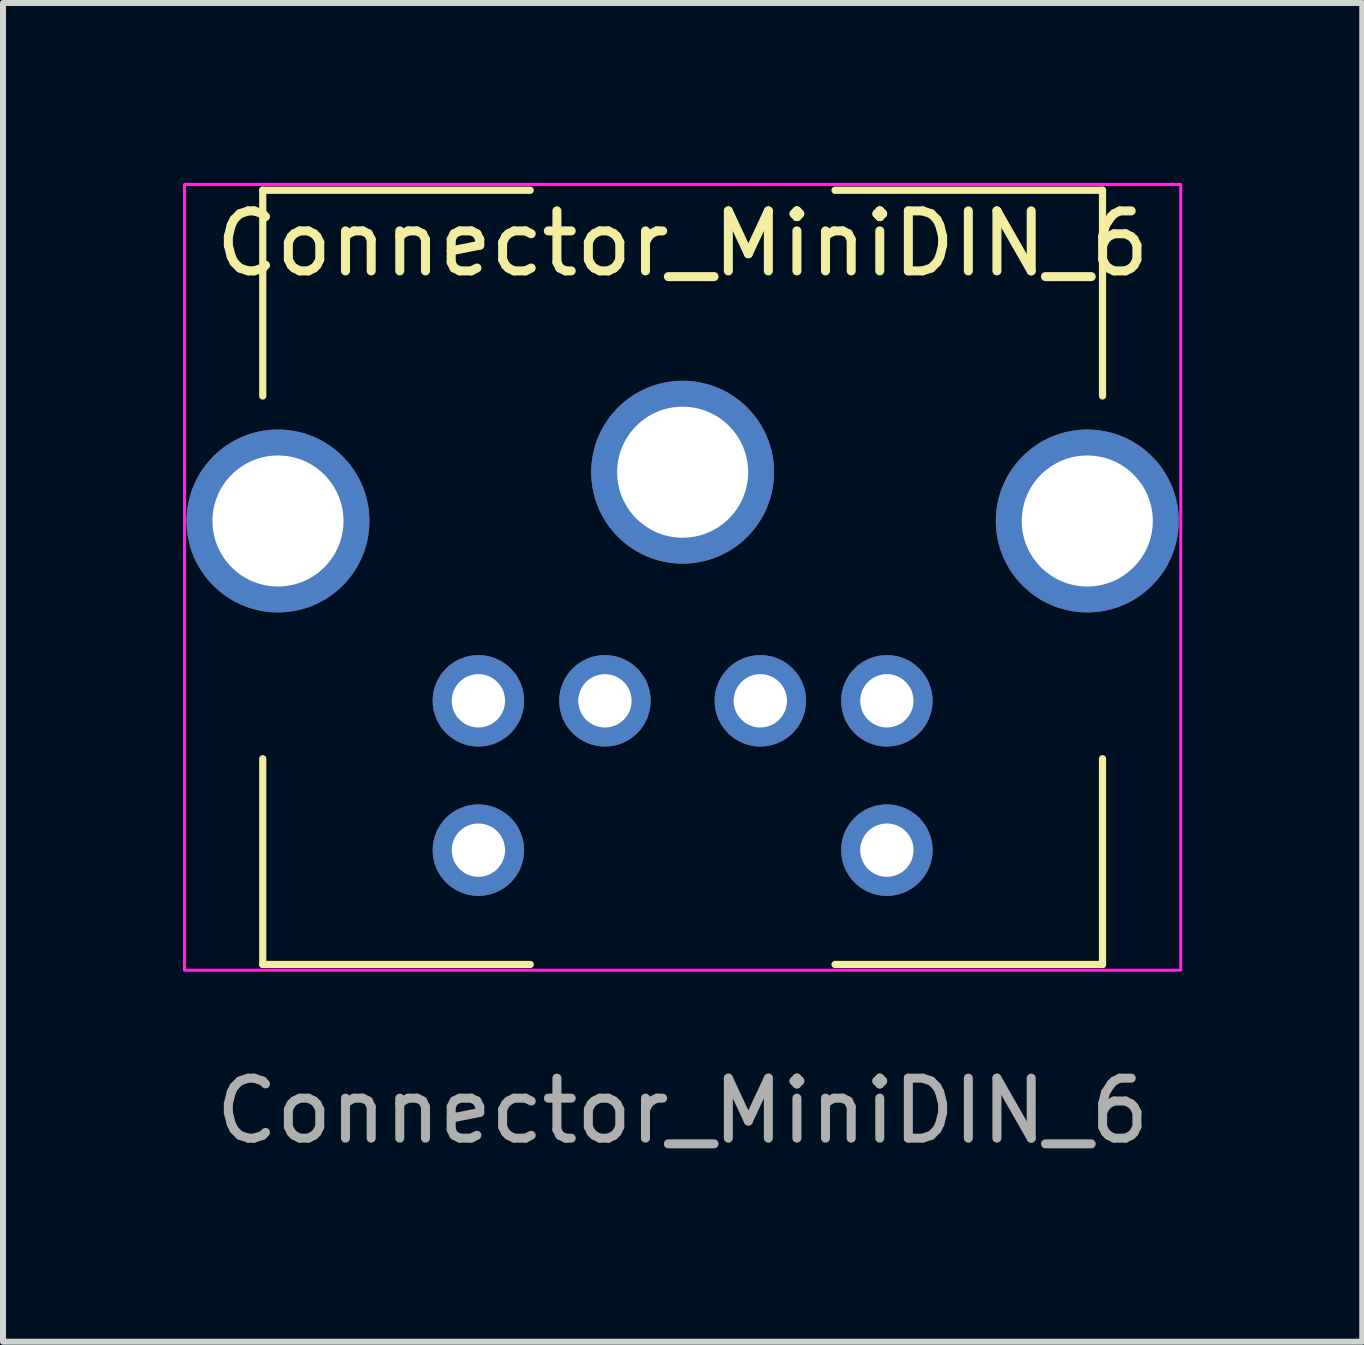
<source format=kicad_pcb>
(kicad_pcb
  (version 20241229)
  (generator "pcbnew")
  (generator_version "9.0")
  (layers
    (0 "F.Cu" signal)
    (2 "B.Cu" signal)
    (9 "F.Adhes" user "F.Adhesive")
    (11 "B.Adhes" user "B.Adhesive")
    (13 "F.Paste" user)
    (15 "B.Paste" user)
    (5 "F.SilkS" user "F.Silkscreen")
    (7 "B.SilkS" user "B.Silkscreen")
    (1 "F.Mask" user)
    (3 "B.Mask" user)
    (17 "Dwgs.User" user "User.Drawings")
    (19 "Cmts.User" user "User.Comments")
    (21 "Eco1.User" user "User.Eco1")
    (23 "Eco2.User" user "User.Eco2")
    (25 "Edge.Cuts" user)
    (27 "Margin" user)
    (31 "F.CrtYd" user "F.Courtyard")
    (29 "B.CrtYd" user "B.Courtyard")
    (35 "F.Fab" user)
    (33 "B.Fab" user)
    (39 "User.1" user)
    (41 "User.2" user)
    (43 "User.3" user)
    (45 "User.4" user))
  (footprint "Connector_MiniDIN_6"
    (layer "F.Cu")
    (at 8.327 4.82)
    (property "Reference" "Connector_MiniDIN_6" (at 0 -3.81 0) (unlocked yes) (layer "F.SilkS") (effects (font (size 1 1) (thickness 0.15))))
    (attr through_hole)
    (fp_line (start -6.998 -1.27) (end -6.998 -4.699) (stroke (width 0.12) (type solid)) (layer "F.SilkS"))
    (fp_line (start -6.998 8.204) (end -6.998 4.775) (stroke (width 0.12) (type solid)) (layer "F.SilkS"))
    (fp_line (start -2.54 -4.699) (end -6.998 -4.699) (stroke (width 0.12) (type solid)) (layer "F.SilkS"))
    (fp_line (start -2.54 8.204) (end -6.998 8.204) (stroke (width 0.12) (type solid)) (layer "F.SilkS"))
    (fp_line (start 2.54 -4.699) (end 6.998 -4.699) (stroke (width 0.12) (type solid)) (layer "F.SilkS"))
    (fp_line (start 6.998 -1.27) (end 6.998 -4.699) (stroke (width 0.12) (type solid)) (layer "F.SilkS"))
    (fp_line (start 6.998 8.204) (end 2.54 8.204) (stroke (width 0.12) (type solid)) (layer "F.SilkS"))
    (fp_line (start 6.998 8.204) (end 6.998 4.775) (stroke (width 0.12) (type solid)) (layer "F.SilkS"))
    (fp_rect (start -8.302 -4.795) (end 8.302 8.3) (stroke (width 0.05) (type solid)) (fill no) (layer "F.CrtYd"))
    (fp_text user "${REFERENCE}" (at 0 10.644 0) (unlocked yes) (layer "F.Fab") (effects (font (size 1 1) (thickness 0.15))))
    (pad "" thru_hole circle (at -6.744 0.813) (size 3.048 3.048) (drill 2.184) (layers "*.Cu" "*.Mask"))
    (pad "" thru_hole circle (at 0 0) (size 3.048 3.048) (drill 2.184) (layers "*.Cu" "*.Mask"))
    (pad "" thru_hole circle (at 6.744 0.813) (size 3.048 3.048) (drill 2.184) (layers "*.Cu" "*.Mask"))
    (pad "1" thru_hole circle (at -1.295 3.81) (size 1.524 1.524) (drill 0.889) (layers "*.Cu" "*.Mask"))
    (pad "2" thru_hole circle (at 1.295 3.81) (size 1.524 1.524) (drill 0.889) (layers "*.Cu" "*.Mask"))
    (pad "3" thru_hole circle (at -3.404 3.81) (size 1.524 1.524) (drill 0.889) (layers "*.Cu" "*.Mask"))
    (pad "4" thru_hole circle (at 3.404 3.81) (size 1.524 1.524) (drill 0.889) (layers "*.Cu" "*.Mask"))
    (pad "5" thru_hole circle (at -3.404 6.299) (size 1.524 1.524) (drill 0.889) (layers "*.Cu" "*.Mask"))
    (pad "6" thru_hole circle (at 3.404 6.299) (size 1.524 1.524) (drill 0.889) (layers "*.Cu" "*.Mask")))
  (gr_rect
    (start -3 -3)
    (end 19.654 19.312)
    (stroke (width 0.1) (type default))
    (fill no)
    (layer "Edge.Cuts")))
</source>
